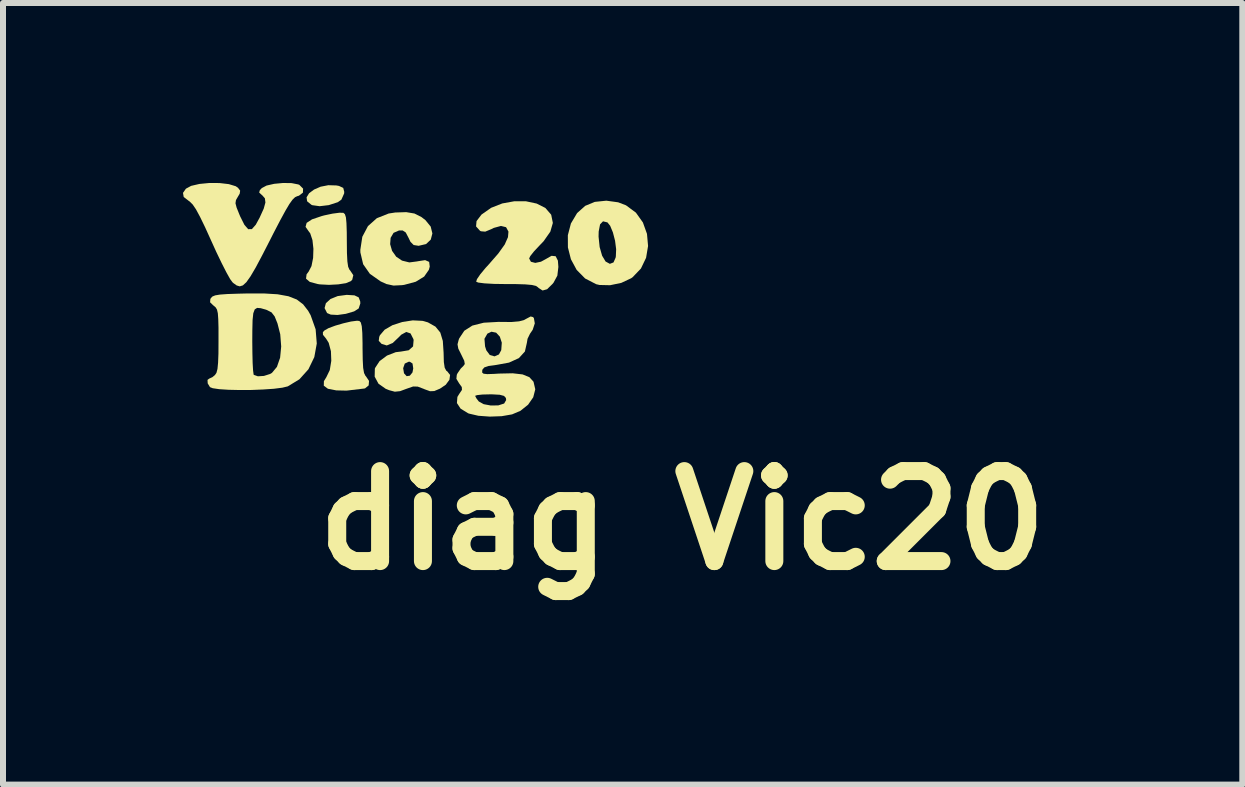
<source format=kicad_pcb>
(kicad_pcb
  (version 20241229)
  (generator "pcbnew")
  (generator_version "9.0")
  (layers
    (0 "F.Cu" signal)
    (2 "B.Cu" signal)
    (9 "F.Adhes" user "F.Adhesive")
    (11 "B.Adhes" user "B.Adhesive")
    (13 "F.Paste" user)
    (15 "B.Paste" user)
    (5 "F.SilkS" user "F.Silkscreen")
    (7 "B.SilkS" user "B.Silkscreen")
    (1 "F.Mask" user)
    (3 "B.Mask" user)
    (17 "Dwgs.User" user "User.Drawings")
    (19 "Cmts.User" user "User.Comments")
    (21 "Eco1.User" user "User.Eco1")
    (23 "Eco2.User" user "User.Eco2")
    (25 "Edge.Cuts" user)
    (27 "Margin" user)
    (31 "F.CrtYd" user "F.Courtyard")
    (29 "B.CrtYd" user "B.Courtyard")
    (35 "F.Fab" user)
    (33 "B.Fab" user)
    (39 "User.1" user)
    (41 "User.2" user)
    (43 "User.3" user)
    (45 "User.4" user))
  (footprint "diag Vic20"
    (layer "F.Cu")
    (at 8.321 5.624)
    (property "Reference" "diag Vic20" (at 0 0 0) (layer "F.SilkS") (effects (font (size 1.5 1.5) (thickness 0.3))))
    (attr board_only exclude_from_pos_files exclude_from_bom)
    (fp_poly (pts (xy -5.463 -3.751) (xy -5.393 -3.718) (xy -5.367 -3.651) (xy -5.365 -3.617) (xy -5.392 -3.533) (xy -5.468 -3.484) (xy -5.607 -3.443) (xy -5.745 -3.424) (xy -5.858 -3.43) (xy -5.919 -3.456) (xy -5.961 -3.539) (xy -5.939 -3.62) (xy -5.863 -3.69) (xy -5.742 -3.739) (xy -5.591 -3.759)) (stroke (width 0) (type solid)) (fill yes) (layer "F.SilkS"))
    (fp_poly (pts (xy -5.764 -5.583) (xy -5.721 -5.575) (xy -5.65 -5.542) (xy -5.633 -5.476) (xy -5.635 -5.449) (xy -5.681 -5.346) (xy -5.74 -5.304) (xy -5.891 -5.255) (xy -6.043 -5.237) (xy -6.165 -5.254) (xy -6.181 -5.261) (xy -6.252 -5.319) (xy -6.261 -5.385) (xy -6.219 -5.453) (xy -6.137 -5.514) (xy -6.027 -5.562) (xy -5.899 -5.587)) (stroke (width 0) (type solid)) (fill yes) (layer "F.SilkS"))
    (fp_poly (pts (xy -5.381 -3.324) (xy -5.357 -3.299) (xy -5.341 -3.236) (xy -5.332 -3.124) (xy -5.328 -2.953) (xy -5.328 -2.876) (xy -5.325 -2.678) (xy -5.318 -2.543) (xy -5.303 -2.457) (xy -5.28 -2.41) (xy -5.271 -2.401) (xy -5.22 -2.325) (xy -5.226 -2.25) (xy -5.286 -2.201) (xy -5.299 -2.198) (xy -5.594 -2.163) (xy -5.766 -2.167) (xy -5.905 -2.194) (xy -5.974 -2.245) (xy -5.972 -2.321) (xy -5.932 -2.386) (xy -5.874 -2.506) (xy -5.849 -2.66) (xy -5.855 -2.82) (xy -5.892 -2.959) (xy -5.935 -3.028) (xy -5.988 -3.094) (xy -5.989 -3.137) (xy -5.963 -3.166) (xy -5.896 -3.204) (xy -5.783 -3.246) (xy -5.649 -3.285) (xy -5.52 -3.315) (xy -5.42 -3.328)) (stroke (width 0) (type solid)) (fill yes) (layer "F.SilkS"))
    (fp_poly (pts (xy -5.649 -5.127) (xy -5.647 -5.126) (xy -5.622 -5.104) (xy -5.605 -5.05) (xy -5.596 -4.953) (xy -5.591 -4.801) (xy -5.59 -4.658) (xy -5.588 -4.456) (xy -5.581 -4.317) (xy -5.568 -4.228) (xy -5.546 -4.178) (xy -5.534 -4.165) (xy -5.482 -4.087) (xy -5.5 -4.011) (xy -5.525 -3.987) (xy -5.605 -3.954) (xy -5.734 -3.934) (xy -5.887 -3.926) (xy -6.039 -3.934) (xy -6.072 -3.939) (xy -6.207 -3.975) (xy -6.27 -4.029) (xy -6.261 -4.102) (xy -6.226 -4.148) (xy -6.179 -4.239) (xy -6.152 -4.375) (xy -6.147 -4.527) (xy -6.163 -4.672) (xy -6.2 -4.784) (xy -6.227 -4.82) (xy -6.278 -4.893) (xy -6.26 -4.959) (xy -6.17 -5.018) (xy -6.007 -5.073) (xy -5.966 -5.084) (xy -5.829 -5.113) (xy -5.715 -5.128)) (stroke (width 0) (type solid)) (fill yes) (layer "F.SilkS"))
    (fp_poly (pts (xy -1.068 -5.302) (xy -0.937 -5.252) (xy -0.772 -5.13) (xy -0.655 -4.966) (xy -0.587 -4.776) (xy -0.569 -4.574) (xy -0.602 -4.377) (xy -0.688 -4.198) (xy -0.827 -4.053) (xy -0.851 -4.036) (xy -1.015 -3.959) (xy -1.202 -3.92) (xy -1.378 -3.924) (xy -1.434 -3.937) (xy -1.618 -4.032) (xy -1.759 -4.175) (xy -1.855 -4.353) (xy -1.905 -4.55) (xy -1.906 -4.73) (xy -1.394 -4.73) (xy -1.376 -4.556) (xy -1.335 -4.412) (xy -1.277 -4.315) (xy -1.207 -4.277) (xy -1.204 -4.277) (xy -1.145 -4.3) (xy -1.11 -4.379) (xy -1.106 -4.402) (xy -1.101 -4.52) (xy -1.119 -4.661) (xy -1.155 -4.8) (xy -1.201 -4.911) (xy -1.246 -4.967) (xy -1.32 -4.985) (xy -1.369 -4.934) (xy -1.392 -4.815) (xy -1.394 -4.73) (xy -1.906 -4.73) (xy -1.906 -4.754) (xy -1.855 -4.949) (xy -1.752 -5.122) (xy -1.617 -5.243) (xy -1.457 -5.309) (xy -1.265 -5.329)) (stroke (width 0) (type solid)) (fill yes) (layer "F.SilkS"))
    (fp_poly (pts (xy -4.463 -5.115) (xy -4.346 -5.056) (xy -4.28 -5.005) (xy -4.192 -4.897) (xy -4.164 -4.783) (xy -4.191 -4.68) (xy -4.269 -4.606) (xy -4.393 -4.577) (xy -4.394 -4.577) (xy -4.476 -4.59) (xy -4.529 -4.643) (xy -4.562 -4.711) (xy -4.608 -4.799) (xy -4.66 -4.833) (xy -4.719 -4.833) (xy -4.811 -4.793) (xy -4.86 -4.71) (xy -4.868 -4.604) (xy -4.836 -4.493) (xy -4.766 -4.394) (xy -4.67 -4.33) (xy -4.548 -4.3) (xy -4.417 -4.317) (xy -4.409 -4.319) (xy -4.285 -4.338) (xy -4.218 -4.309) (xy -4.208 -4.231) (xy -4.223 -4.176) (xy -4.301 -4.064) (xy -4.441 -3.978) (xy -4.634 -3.926) (xy -4.671 -3.921) (xy -4.812 -3.914) (xy -4.931 -3.94) (xy -5.027 -3.984) (xy -5.206 -4.11) (xy -5.318 -4.27) (xy -5.364 -4.466) (xy -5.365 -4.51) (xy -5.332 -4.727) (xy -5.238 -4.905) (xy -5.09 -5.037) (xy -4.893 -5.115) (xy -4.783 -5.132) (xy -4.6 -5.138)) (stroke (width 0) (type solid)) (fill yes) (layer "F.SilkS"))
    (fp_poly (pts (xy -2.604 -5.319) (xy -2.426 -5.281) (xy -2.281 -5.208) (xy -2.186 -5.098) (xy -2.183 -5.092) (xy -2.156 -4.958) (xy -2.198 -4.813) (xy -2.31 -4.653) (xy -2.383 -4.577) (xy -2.471 -4.483) (xy -2.532 -4.406) (xy -2.551 -4.366) (xy -2.522 -4.311) (xy -2.449 -4.292) (xy -2.354 -4.312) (xy -2.282 -4.351) (xy -2.178 -4.41) (xy -2.109 -4.403) (xy -2.072 -4.33) (xy -2.064 -4.225) (xy -2.081 -4.08) (xy -2.144 -3.963) (xy -2.161 -3.942) (xy -2.252 -3.853) (xy -2.327 -3.832) (xy -2.394 -3.874) (xy -2.401 -3.883) (xy -2.437 -3.908) (xy -2.504 -3.924) (xy -2.615 -3.934) (xy -2.78 -3.939) (xy -2.929 -3.939) (xy -3.136 -3.942) (xy -3.296 -3.951) (xy -3.398 -3.964) (xy -3.434 -3.978) (xy -3.421 -4.021) (xy -3.365 -4.103) (xy -3.277 -4.209) (xy -3.23 -4.26) (xy -3.066 -4.448) (xy -2.958 -4.599) (xy -2.904 -4.721) (xy -2.896 -4.814) (xy -2.936 -4.887) (xy -3.021 -4.908) (xy -3.142 -4.875) (xy -3.181 -4.855) (xy -3.283 -4.813) (xy -3.354 -4.819) (xy -3.37 -4.827) (xy -3.436 -4.9) (xy -3.428 -4.989) (xy -3.348 -5.094) (xy -3.342 -5.1) (xy -3.185 -5.21) (xy -2.999 -5.283) (xy -2.8 -5.319)) (stroke (width 0) (type solid)) (fill yes) (layer "F.SilkS"))
    (fp_poly (pts (xy -4.328 -3.326) (xy -4.239 -3.301) (xy -4.113 -3.23) (xy -4.032 -3.131) (xy -3.99 -2.991) (xy -3.977 -2.793) (xy -3.977 -2.792) (xy -3.973 -2.64) (xy -3.959 -2.546) (xy -3.933 -2.496) (xy -3.915 -2.483) (xy -3.869 -2.424) (xy -3.88 -2.344) (xy -3.941 -2.261) (xy -4.037 -2.196) (xy -4.132 -2.156) (xy -4.203 -2.153) (xy -4.292 -2.185) (xy -4.31 -2.193) (xy -4.408 -2.23) (xy -4.485 -2.232) (xy -4.583 -2.198) (xy -4.586 -2.197) (xy -4.703 -2.154) (xy -4.79 -2.145) (xy -4.884 -2.17) (xy -4.943 -2.194) (xy -5.063 -2.279) (xy -5.126 -2.396) (xy -5.123 -2.528) (xy -5.12 -2.537) (xy -4.651 -2.537) (xy -4.637 -2.452) (xy -4.593 -2.404) (xy -4.54 -2.412) (xy -4.496 -2.466) (xy -4.483 -2.533) (xy -4.495 -2.615) (xy -4.54 -2.644) (xy -4.558 -2.645) (xy -4.624 -2.614) (xy -4.651 -2.537) (xy -5.12 -2.537) (xy -5.118 -2.542) (xy -5.044 -2.655) (xy -4.921 -2.747) (xy -4.774 -2.804) (xy -4.689 -2.814) (xy -4.558 -2.836) (xy -4.486 -2.9) (xy -4.477 -3.004) (xy -4.48 -3.021) (xy -4.528 -3.116) (xy -4.599 -3.141) (xy -4.683 -3.095) (xy -4.709 -3.068) (xy -4.825 -2.957) (xy -4.924 -2.916) (xy -5.011 -2.942) (xy -5.011 -2.943) (xy -5.058 -2.993) (xy -5.05 -3.058) (xy -5.039 -3.085) (xy -4.96 -3.178) (xy -4.829 -3.254) (xy -4.665 -3.307) (xy -4.491 -3.334)) (stroke (width 0) (type solid)) (fill yes) (layer "F.SilkS"))
    (fp_poly (pts (xy -6.511 -5.622) (xy -6.4 -5.6) (xy -6.381 -5.592) (xy -6.319 -5.53) (xy -6.322 -5.463) (xy -6.388 -5.412) (xy -6.416 -5.404) (xy -6.453 -5.387) (xy -6.495 -5.346) (xy -6.547 -5.274) (xy -6.614 -5.161) (xy -6.701 -5.001) (xy -6.814 -4.784) (xy -6.868 -4.677) (xy -7.003 -4.414) (xy -7.11 -4.213) (xy -7.196 -4.067) (xy -7.265 -3.97) (xy -7.323 -3.917) (xy -7.375 -3.901) (xy -7.426 -3.916) (xy -7.482 -3.956) (xy -7.495 -3.968) (xy -7.535 -4.022) (xy -7.597 -4.133) (xy -7.676 -4.288) (xy -7.766 -4.475) (xy -7.845 -4.649) (xy -7.952 -4.885) (xy -8.037 -5.06) (xy -8.104 -5.184) (xy -8.159 -5.265) (xy -8.207 -5.313) (xy -8.224 -5.325) (xy -8.309 -5.391) (xy -8.321 -5.459) (xy -8.272 -5.529) (xy -8.185 -5.576) (xy -8.047 -5.608) (xy -7.882 -5.624) (xy -7.711 -5.623) (xy -7.557 -5.605) (xy -7.442 -5.57) (xy -7.404 -5.544) (xy -7.368 -5.496) (xy -7.376 -5.445) (xy -7.407 -5.393) (xy -7.438 -5.339) (xy -7.446 -5.286) (xy -7.427 -5.213) (xy -7.381 -5.099) (xy -7.369 -5.07) (xy -7.297 -4.926) (xy -7.234 -4.854) (xy -7.173 -4.855) (xy -7.108 -4.928) (xy -7.043 -5.047) (xy -6.975 -5.197) (xy -6.947 -5.299) (xy -6.956 -5.369) (xy -7.002 -5.421) (xy -7.007 -5.424) (xy -7.051 -5.465) (xy -7.04 -5.504) (xy -7.007 -5.539) (xy -6.928 -5.581) (xy -6.801 -5.61) (xy -6.653 -5.624)) (stroke (width 0) (type solid)) (fill yes) (layer "F.SilkS"))
    (fp_poly (pts (xy -6.744 -3.769) (xy -6.563 -3.736) (xy -6.425 -3.682) (xy -6.319 -3.602) (xy -6.235 -3.494) (xy -6.193 -3.419) (xy -6.11 -3.185) (xy -6.091 -2.948) (xy -6.132 -2.722) (xy -6.23 -2.519) (xy -6.38 -2.352) (xy -6.574 -2.234) (xy -6.665 -2.212) (xy -6.806 -2.194) (xy -6.983 -2.182) (xy -7.178 -2.174) (xy -7.375 -2.173) (xy -7.56 -2.177) (xy -7.715 -2.187) (xy -7.825 -2.203) (xy -7.871 -2.221) (xy -7.909 -2.284) (xy -7.912 -2.342) (xy -7.882 -2.364) (xy -7.83 -2.388) (xy -7.788 -2.423) (xy -7.763 -2.46) (xy -7.746 -2.525) (xy -7.736 -2.628) (xy -7.73 -2.781) (xy -7.729 -2.985) (xy -7.166 -2.985) (xy -7.164 -2.792) (xy -7.16 -2.626) (xy -7.153 -2.502) (xy -7.144 -2.434) (xy -7.141 -2.426) (xy -7.073 -2.402) (xy -6.972 -2.408) (xy -6.871 -2.44) (xy -6.838 -2.459) (xy -6.755 -2.559) (xy -6.702 -2.712) (xy -6.684 -2.899) (xy -6.7 -3.103) (xy -6.746 -3.283) (xy -6.793 -3.4) (xy -6.845 -3.467) (xy -6.923 -3.507) (xy -6.94 -3.513) (xy -7.025 -3.537) (xy -7.085 -3.542) (xy -7.125 -3.517) (xy -7.149 -3.453) (xy -7.161 -3.34) (xy -7.165 -3.169) (xy -7.166 -2.985) (xy -7.729 -2.985) (xy -7.729 -2.997) (xy -7.729 -3.002) (xy -7.729 -3.21) (xy -7.733 -3.355) (xy -7.74 -3.452) (xy -7.754 -3.513) (xy -7.776 -3.55) (xy -7.808 -3.578) (xy -7.813 -3.581) (xy -7.869 -3.635) (xy -7.865 -3.689) (xy -7.856 -3.705) (xy -7.83 -3.732) (xy -7.783 -3.751) (xy -7.704 -3.764) (xy -7.58 -3.773) (xy -7.399 -3.779) (xy -7.275 -3.782) (xy -6.977 -3.783)) (stroke (width 0) (type solid)) (fill yes) (layer "F.SilkS"))
    (fp_poly (pts (xy -2.486 -3.389) (xy -2.472 -3.371) (xy -2.457 -3.284) (xy -2.492 -3.177) (xy -2.537 -3.111) (xy -2.578 -3.027) (xy -2.589 -2.96) (xy -2.622 -2.815) (xy -2.722 -2.705) (xy -2.887 -2.63) (xy -3.095 -2.592) (xy -3.226 -2.574) (xy -3.298 -2.55) (xy -3.33 -2.513) (xy -3.333 -2.499) (xy -3.334 -2.464) (xy -3.311 -2.445) (xy -3.25 -2.438) (xy -3.135 -2.442) (xy -3.054 -2.447) (xy -2.825 -2.452) (xy -2.66 -2.433) (xy -2.547 -2.387) (xy -2.479 -2.312) (xy -2.478 -2.31) (xy -2.449 -2.185) (xy -2.483 -2.052) (xy -2.569 -1.928) (xy -2.697 -1.826) (xy -2.836 -1.767) (xy -3.009 -1.737) (xy -3.207 -1.73) (xy -3.398 -1.744) (xy -3.553 -1.78) (xy -3.569 -1.786) (xy -3.694 -1.863) (xy -3.755 -1.956) (xy -3.747 -2.058) (xy -3.736 -2.076) (xy -3.452 -2.076) (xy -3.429 -2.032) (xy -3.39 -1.982) (xy -3.309 -1.937) (xy -3.19 -1.915) (xy -3.065 -1.917) (xy -2.968 -1.948) (xy -2.968 -1.948) (xy -2.934 -2.006) (xy -2.939 -2.041) (xy -2.97 -2.075) (xy -3.041 -2.094) (xy -3.168 -2.101) (xy -3.207 -2.101) (xy -3.331 -2.098) (xy -3.419 -2.088) (xy -3.452 -2.076) (xy -3.736 -2.076) (xy -3.716 -2.109) (xy -3.671 -2.175) (xy -3.674 -2.223) (xy -3.718 -2.284) (xy -3.764 -2.36) (xy -3.757 -2.427) (xy -3.745 -2.452) (xy -3.69 -2.532) (xy -3.65 -2.571) (xy -3.624 -2.606) (xy -3.633 -2.661) (xy -3.68 -2.758) (xy -3.682 -2.762) (xy -3.732 -2.863) (xy -3.745 -2.935) (xy -3.725 -3.012) (xy -3.719 -3.027) (xy -3.296 -3.027) (xy -3.286 -2.901) (xy -3.265 -2.835) (xy -3.207 -2.757) (xy -3.128 -2.734) (xy -3.055 -2.766) (xy -3.016 -2.838) (xy -3.007 -2.962) (xy -3.04 -3.063) (xy -3.101 -3.129) (xy -3.179 -3.145) (xy -3.247 -3.113) (xy -3.296 -3.027) (xy -3.719 -3.027) (xy -3.716 -3.035) (xy -3.632 -3.161) (xy -3.498 -3.247) (xy -3.308 -3.295) (xy -3.057 -3.309) (xy -3.024 -3.308) (xy -2.843 -3.307) (xy -2.718 -3.318) (xy -2.634 -3.341) (xy -2.598 -3.361) (xy -2.526 -3.399)) (stroke (width 0) (type solid)) (fill yes) (layer "F.SilkS")))
  (gr_rect
    (start -3 -3)
    (end 17.657 10.028)
    (stroke (width 0.1) (type default))
    (fill no)
    (layer "Edge.Cuts")))
</source>
